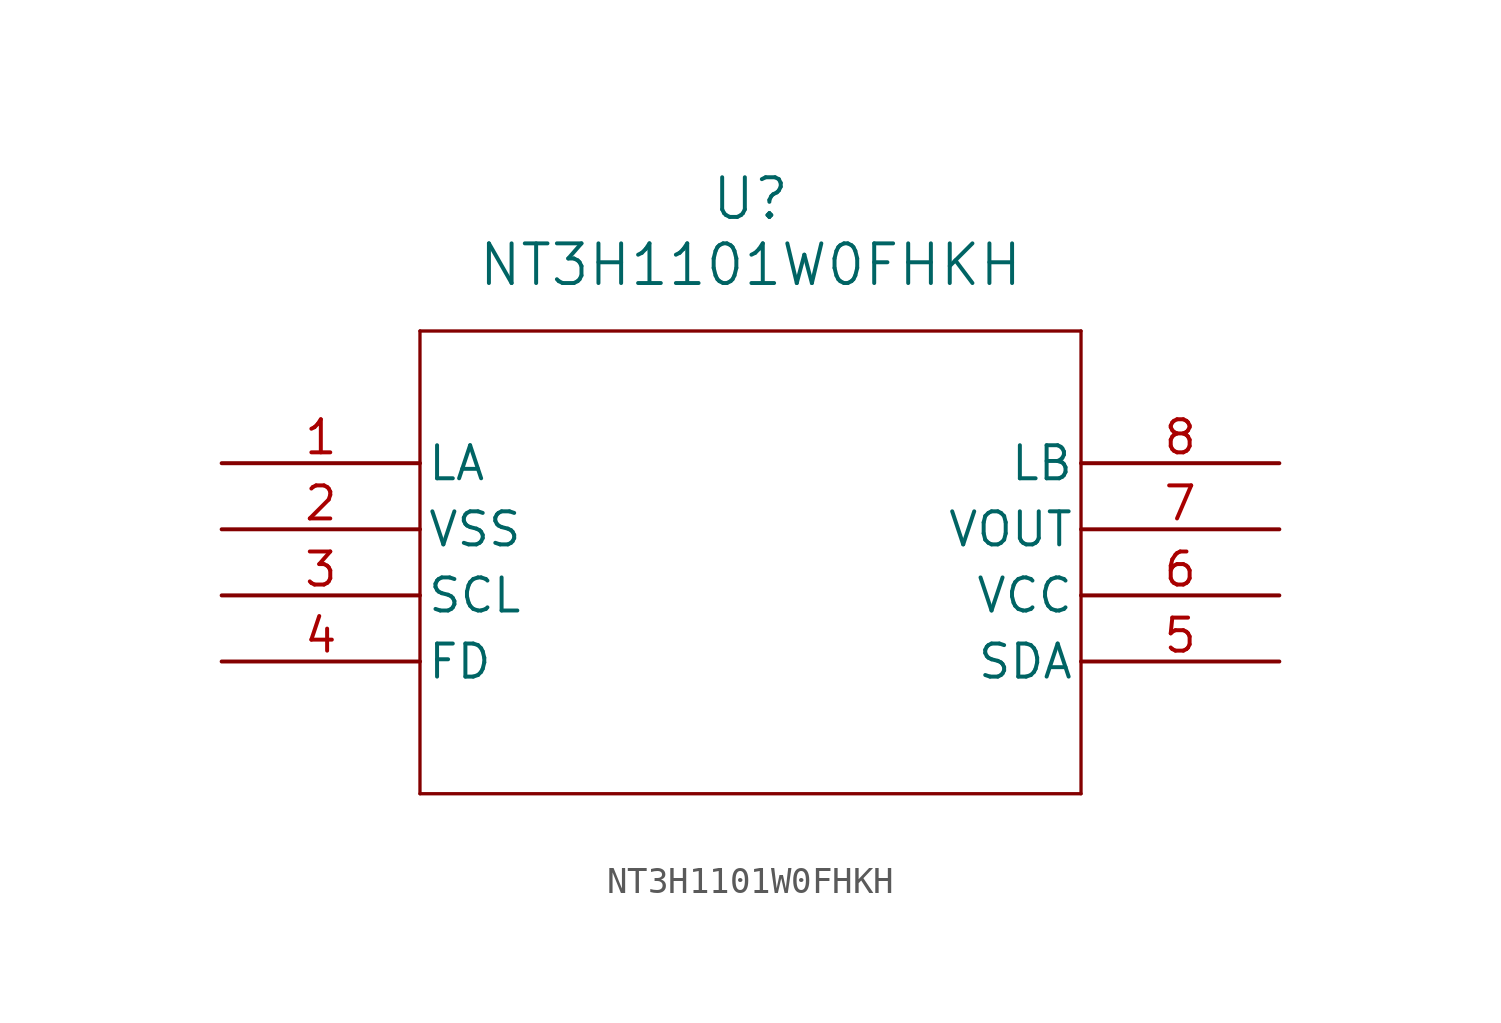
<source format=kicad_sym>
(kicad_symbol_lib
  (version 20211014)
  (generator kicad_symbol_editor)
  (symbol "NT3H1101W0FHKH"
    (pin_names
      (offset 0.254))
    (property "Reference" "U"
      (at 20.32 10.16 0)
      (effects (font (size 1.524 1.524))))
    (property "Value" "NT3H1101W0FHKH"
      (at 20.32 7.62 0)
      (effects (font (size 1.524 1.524))))
    (symbol "NT3H1101W0FHKH_0_1"
      (polyline (pts (xy 7.62 5.08) (xy 7.62 -12.7)) (stroke (width 0.127) (type default) (color 0 0 0 0)) (fill (type none)))
      (polyline (pts (xy 7.62 -12.7) (xy 33.02 -12.7)) (stroke (width 0.127) (type default) (color 0 0 0 0)) (fill (type none)))
      (polyline (pts (xy 33.02 -12.7) (xy 33.02 5.08)) (stroke (width 0.127) (type default) (color 0 0 0 0)) (fill (type none)))
      (polyline (pts (xy 33.02 5.08) (xy 7.62 5.08)) (stroke (width 0.127) (type default) (color 0 0 0 0)) (fill (type none)))
      (pin unspecified line (at 0 0 0) (length 7.62) (name "LA" (effects (font (size 1.27 1.27)))) (number "1" (effects (font (size 1.27 1.27)))))
      (pin power_out line (at 0 -2.54 0) (length 7.62) (name "VSS" (effects (font (size 1.27 1.27)))) (number "2" (effects (font (size 1.27 1.27)))))
      (pin unspecified line (at 0 -5.08 0) (length 7.62) (name "SCL" (effects (font (size 1.27 1.27)))) (number "3" (effects (font (size 1.27 1.27)))))
      (pin unspecified line (at 0 -7.62 0) (length 7.62) (name "FD" (effects (font (size 1.27 1.27)))) (number "4" (effects (font (size 1.27 1.27)))))
      (pin unspecified line (at 40.64 -7.62 180) (length 7.62) (name "SDA" (effects (font (size 1.27 1.27)))) (number "5" (effects (font (size 1.27 1.27)))))
      (pin power_in line (at 40.64 -5.08 180) (length 7.62) (name "VCC" (effects (font (size 1.27 1.27)))) (number "6" (effects (font (size 1.27 1.27)))))
      (pin output line (at 40.64 -2.54 180) (length 7.62) (name "VOUT" (effects (font (size 1.27 1.27)))) (number "7" (effects (font (size 1.27 1.27)))))
      (pin unspecified line (at 40.64 0 180) (length 7.62) (name "LB" (effects (font (size 1.27 1.27)))) (number "8" (effects (font (size 1.27 1.27))))))))
</source>
